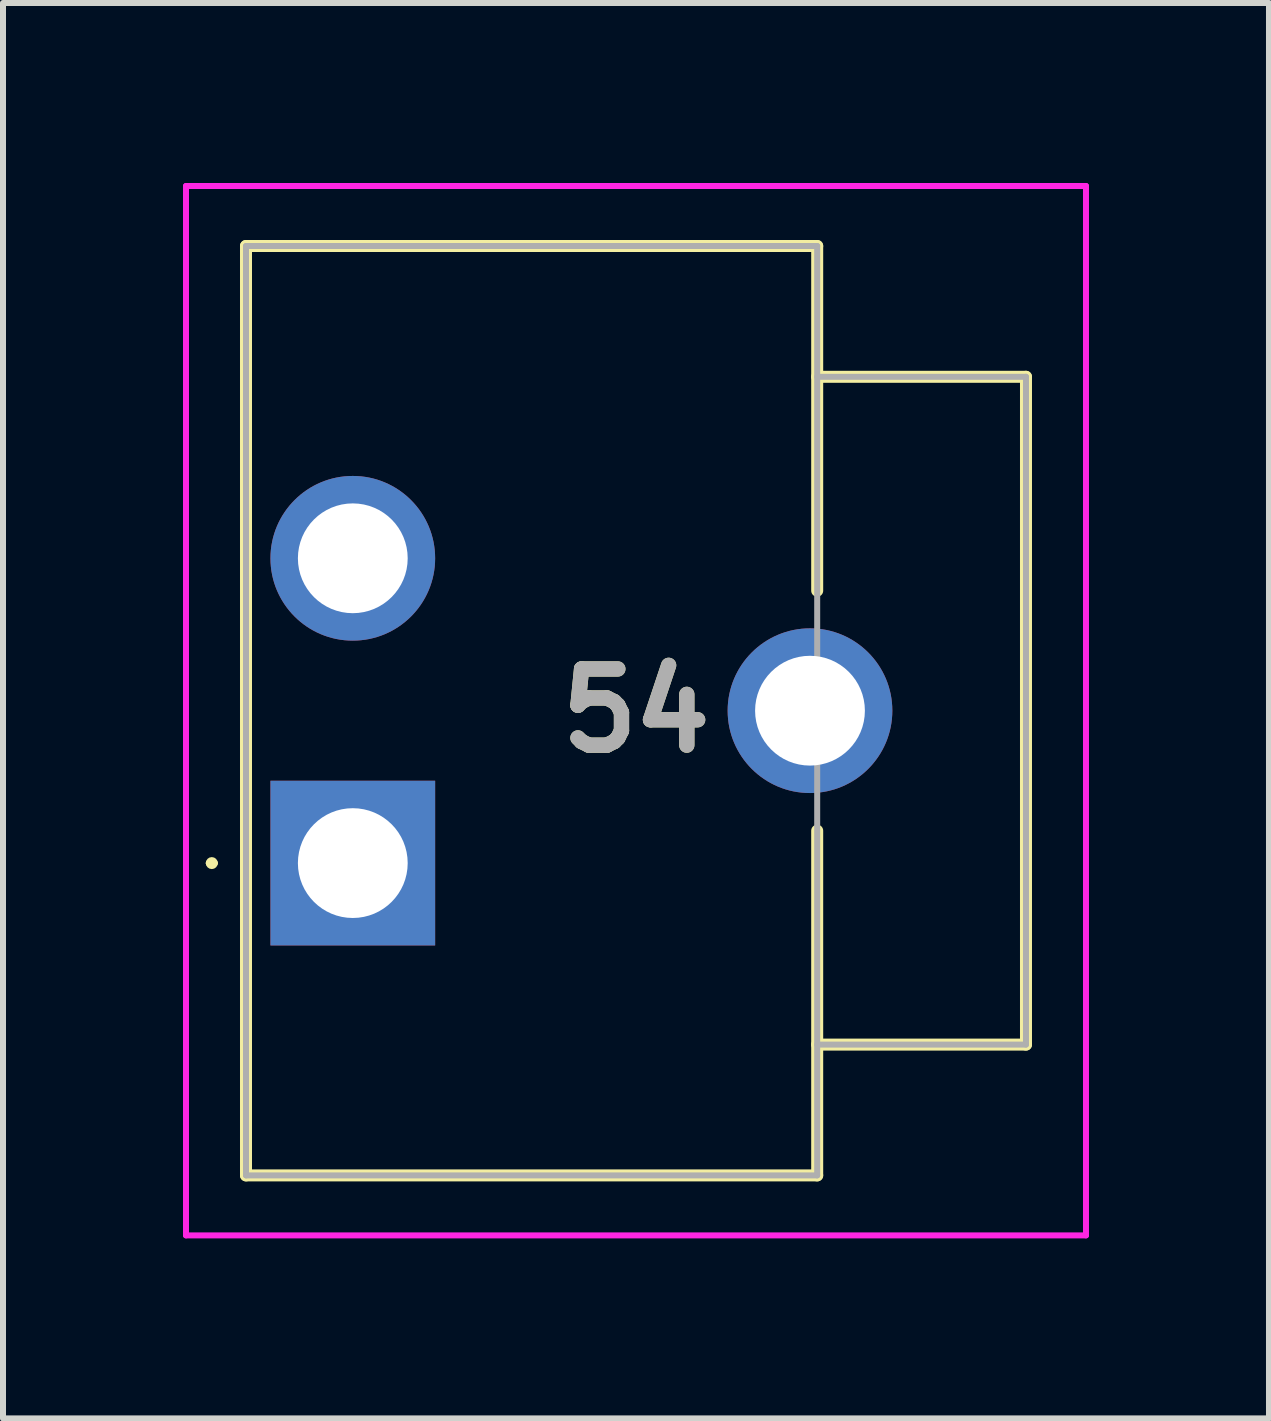
<source format=kicad_pcb>
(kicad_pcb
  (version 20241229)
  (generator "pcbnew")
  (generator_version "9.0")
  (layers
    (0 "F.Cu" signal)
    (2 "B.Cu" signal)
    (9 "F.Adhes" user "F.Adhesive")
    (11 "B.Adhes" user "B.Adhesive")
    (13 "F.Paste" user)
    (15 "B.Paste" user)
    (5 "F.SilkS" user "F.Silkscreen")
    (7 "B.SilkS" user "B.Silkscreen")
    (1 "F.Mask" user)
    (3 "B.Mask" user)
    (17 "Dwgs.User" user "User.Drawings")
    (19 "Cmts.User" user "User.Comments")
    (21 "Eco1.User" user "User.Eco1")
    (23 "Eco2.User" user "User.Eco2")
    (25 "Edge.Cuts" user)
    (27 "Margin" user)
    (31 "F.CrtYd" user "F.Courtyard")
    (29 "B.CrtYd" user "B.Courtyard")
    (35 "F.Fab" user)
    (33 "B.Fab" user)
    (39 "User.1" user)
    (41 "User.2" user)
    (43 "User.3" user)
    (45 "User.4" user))
  (footprint "54"
    (layer "F.Cu")
    (at 2.83 11.335)
    (property "Reference" "54" (at 4.72 -2.54 0) (layer "F.SilkS") (effects (font (size 1.27 1.27) (thickness 0.254))))
    (attr through_hole)
    (fp_line (start -2.4 0) (end -2.4 0) (stroke (width 0.1) (type solid)) (layer "F.SilkS"))
    (fp_line (start -2.3 0) (end -2.3 0) (stroke (width 0.1) (type solid)) (layer "F.SilkS"))
    (fp_line (start -1.78 -10.285) (end -1.78 5.205) (stroke (width 0.2) (type solid)) (layer "F.SilkS"))
    (fp_line (start -1.78 5.205) (end 7.74 5.205) (stroke (width 0.2) (type solid)) (layer "F.SilkS"))
    (fp_line (start 7.74 -10.285) (end -1.78 -10.285) (stroke (width 0.2) (type solid)) (layer "F.SilkS"))
    (fp_line (start 7.74 -8.105) (end 11.22 -8.105) (stroke (width 0.2) (type solid)) (layer "F.SilkS"))
    (fp_line (start 7.74 -4.54) (end 7.74 -10.285) (stroke (width 0.2) (type solid)) (layer "F.SilkS"))
    (fp_line (start 7.74 5.205) (end 7.74 -0.54) (stroke (width 0.2) (type solid)) (layer "F.SilkS"))
    (fp_line (start 11.22 -8.105) (end 11.22 3.025) (stroke (width 0.2) (type solid)) (layer "F.SilkS"))
    (fp_line (start 11.22 3.025) (end 7.74 3.025) (stroke (width 0.2) (type solid)) (layer "F.SilkS"))
    (fp_arc (start -2.4 0) (mid -2.35 -0.05) (end -2.3 0) (stroke (width 0.1) (type solid)) (layer "F.SilkS"))
    (fp_arc (start -2.3 0) (mid -2.35 0.05) (end -2.4 0) (stroke (width 0.1) (type solid)) (layer "F.SilkS"))
    (fp_line (start -2.78 -11.285) (end -2.78 6.205) (stroke (width 0.1) (type solid)) (layer "F.CrtYd"))
    (fp_line (start -2.78 6.205) (end 12.22 6.205) (stroke (width 0.1) (type solid)) (layer "F.CrtYd"))
    (fp_line (start 12.22 -11.285) (end -2.78 -11.285) (stroke (width 0.1) (type solid)) (layer "F.CrtYd"))
    (fp_line (start 12.22 6.205) (end 12.22 -11.285) (stroke (width 0.1) (type solid)) (layer "F.CrtYd"))
    (fp_line (start -1.78 -10.285) (end -1.78 5.205) (stroke (width 0.1) (type solid)) (layer "F.Fab"))
    (fp_line (start -1.78 5.205) (end 7.74 5.205) (stroke (width 0.1) (type solid)) (layer "F.Fab"))
    (fp_line (start 7.74 -10.285) (end -1.78 -10.285) (stroke (width 0.1) (type solid)) (layer "F.Fab"))
    (fp_line (start 7.74 -8.105) (end 11.22 -8.105) (stroke (width 0.1) (type solid)) (layer "F.Fab"))
    (fp_line (start 7.74 5.205) (end 7.74 -10.285) (stroke (width 0.1) (type solid)) (layer "F.Fab"))
    (fp_line (start 11.22 -8.105) (end 11.22 3.025) (stroke (width 0.1) (type solid)) (layer "F.Fab"))
    (fp_line (start 11.22 3.025) (end 7.74 3.025) (stroke (width 0.1) (type solid)) (layer "F.Fab"))
    (fp_text user "${REFERENCE}" (at 4.72 -2.54 0) (layer "F.Fab") (effects (font (size 1.27 1.27) (thickness 0.254))))
    (pad "1" thru_hole rect (at 0 0) (size 2.745 2.745) (drill 1.83) (layers "*.Cu" "*.Mask"))
    (pad "2" thru_hole circle (at 0 -5.08) (size 2.745 2.745) (drill 1.83) (layers "*.Cu" "*.Mask"))
    (pad "3" thru_hole circle (at 7.62 -2.54) (size 2.745 2.745) (drill 1.83) (layers "*.Cu" "*.Mask")))
  (gr_rect
    (start -3 -3)
    (end 18.1 20.59)
    (stroke (width 0.1) (type default))
    (fill no)
    (layer "Edge.Cuts")))
</source>
